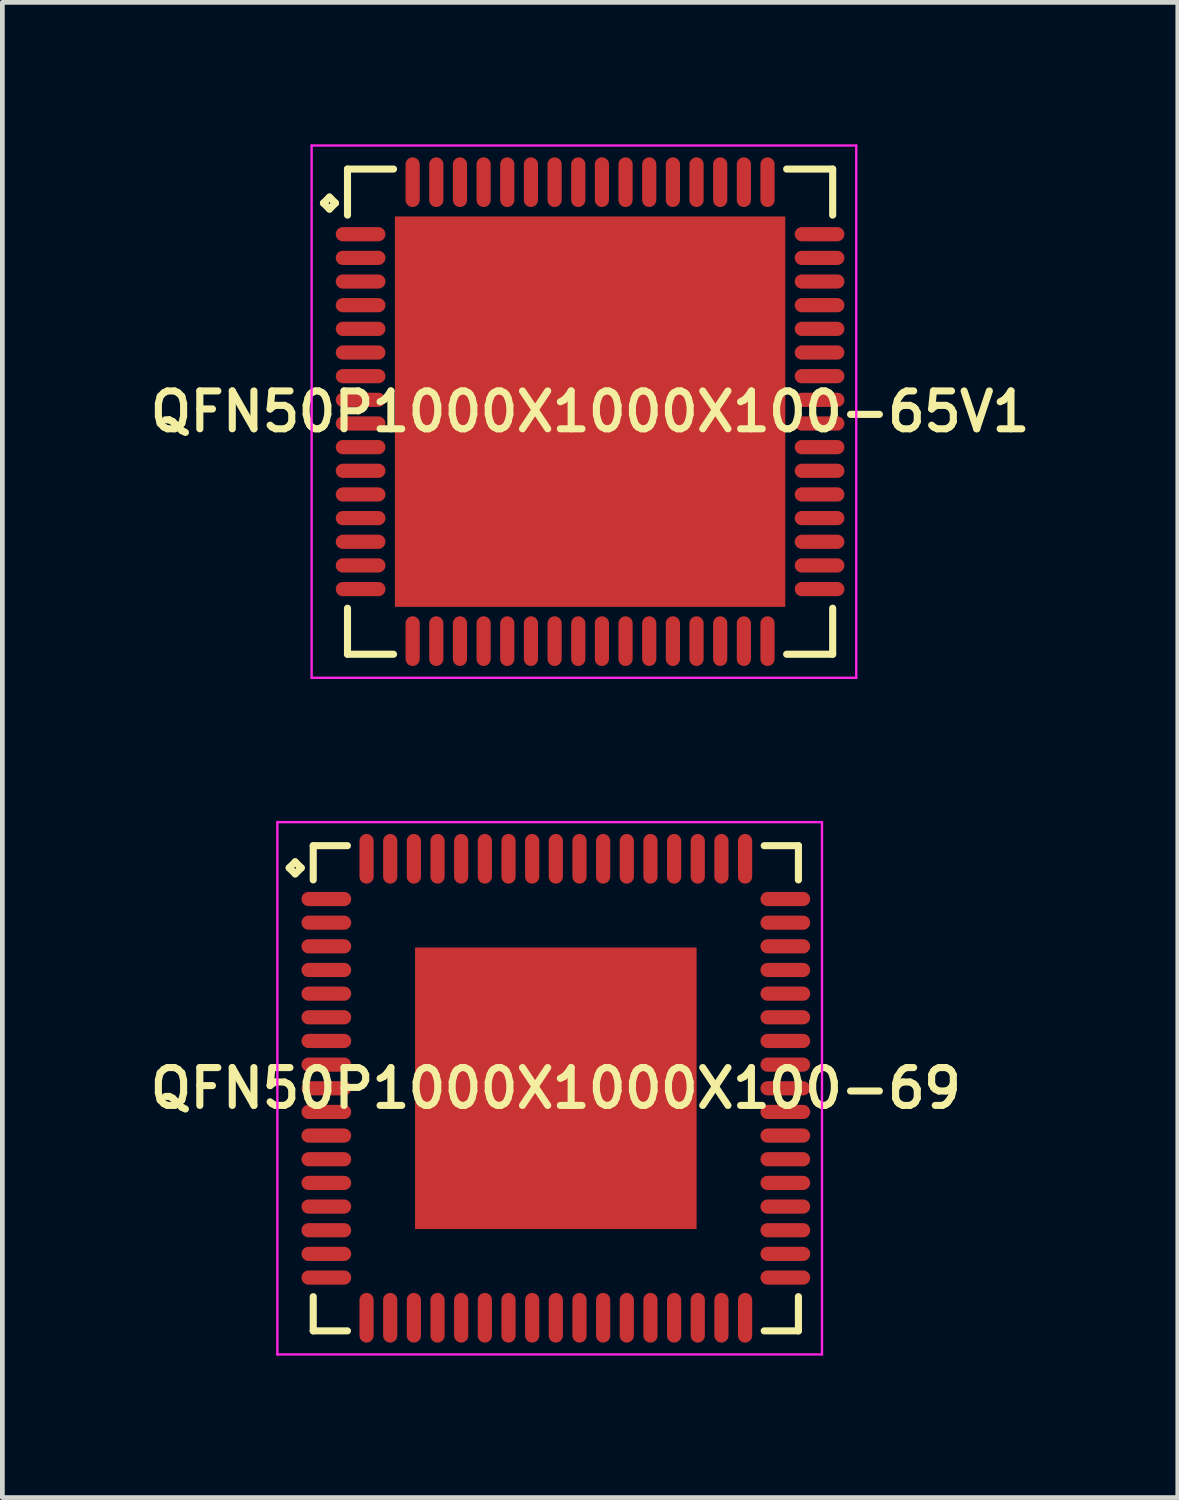
<source format=kicad_pcb>
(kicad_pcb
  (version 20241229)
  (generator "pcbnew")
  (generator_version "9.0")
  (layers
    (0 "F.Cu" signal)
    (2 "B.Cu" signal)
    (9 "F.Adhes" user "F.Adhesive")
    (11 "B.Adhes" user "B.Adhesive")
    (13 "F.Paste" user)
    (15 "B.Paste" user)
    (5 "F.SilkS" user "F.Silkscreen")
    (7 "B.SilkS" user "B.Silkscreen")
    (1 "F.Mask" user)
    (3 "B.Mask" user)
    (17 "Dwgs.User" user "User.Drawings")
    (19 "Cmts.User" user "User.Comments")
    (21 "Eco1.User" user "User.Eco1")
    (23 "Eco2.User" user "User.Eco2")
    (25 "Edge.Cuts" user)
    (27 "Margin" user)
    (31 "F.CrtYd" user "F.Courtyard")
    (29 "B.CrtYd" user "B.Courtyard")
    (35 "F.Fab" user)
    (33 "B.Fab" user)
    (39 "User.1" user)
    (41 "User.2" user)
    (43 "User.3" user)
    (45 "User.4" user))
  (footprint "QFN50P1000X1000X100-65V1"
    (layer "F.Cu")
    (at 9.421 5.65)
    (property "Reference" "QFN50P1000X1000X100-65V1" (at 0 0 0) (layer "F.SilkS") (effects (font (size 0.8 0.8) (thickness 0.15))))
    (attr smd)
    (fp_line (start -5.635 -4.408) (end -5.508 -4.535) (stroke (width 0.15) (type solid)) (layer "F.SilkS"))
    (fp_line (start -5.508 -4.535) (end -5.381 -4.408) (stroke (width 0.15) (type solid)) (layer "F.SilkS"))
    (fp_line (start -5.508 -4.281) (end -5.635 -4.408) (stroke (width 0.15) (type solid)) (layer "F.SilkS"))
    (fp_line (start -5.381 -4.408) (end -5.508 -4.281) (stroke (width 0.15) (type solid)) (layer "F.SilkS"))
    (fp_line (start -5.127 -5.127) (end -4.154 -5.127) (stroke (width 0.15) (type solid)) (layer "F.SilkS"))
    (fp_line (start -5.127 -4.154) (end -5.127 -5.127) (stroke (width 0.15) (type solid)) (layer "F.SilkS"))
    (fp_line (start -5.127 4.154) (end -5.127 5.127) (stroke (width 0.15) (type solid)) (layer "F.SilkS"))
    (fp_line (start -5.127 5.127) (end -4.154 5.127) (stroke (width 0.15) (type solid)) (layer "F.SilkS"))
    (fp_line (start 4.154 -5.127) (end 5.127 -5.127) (stroke (width 0.15) (type solid)) (layer "F.SilkS"))
    (fp_line (start 4.154 5.127) (end 5.127 5.127) (stroke (width 0.15) (type solid)) (layer "F.SilkS"))
    (fp_line (start 5.127 -5.127) (end 5.127 -4.154) (stroke (width 0.15) (type solid)) (layer "F.SilkS"))
    (fp_line (start 5.127 5.127) (end 5.127 4.154) (stroke (width 0.15) (type solid)) (layer "F.SilkS"))
    (fp_line (start -5.885 -5.625) (end 5.625 -5.625) (stroke (width 0.05) (type solid)) (layer "F.CrtYd"))
    (fp_line (start -5.885 5.625) (end -5.885 -5.625) (stroke (width 0.05) (type solid)) (layer "F.CrtYd"))
    (fp_line (start 5.625 -5.625) (end 5.625 5.625) (stroke (width 0.05) (type solid)) (layer "F.CrtYd"))
    (fp_line (start 5.625 5.625) (end -5.885 5.625) (stroke (width 0.05) (type solid)) (layer "F.CrtYd"))
    (pad "1" smd oval (at -4.85 -3.75) (size 1.05 0.3) (layers "F.Cu" "F.Mask" "F.Paste"))
    (pad "2" smd oval (at -4.85 -3.25) (size 1.05 0.3) (layers "F.Cu" "F.Mask" "F.Paste"))
    (pad "3" smd oval (at -4.85 -2.75) (size 1.05 0.3) (layers "F.Cu" "F.Mask" "F.Paste"))
    (pad "4" smd oval (at -4.85 -2.25) (size 1.05 0.3) (layers "F.Cu" "F.Mask" "F.Paste"))
    (pad "5" smd oval (at -4.85 -1.75) (size 1.05 0.3) (layers "F.Cu" "F.Mask" "F.Paste"))
    (pad "6" smd oval (at -4.85 -1.25) (size 1.05 0.3) (layers "F.Cu" "F.Mask" "F.Paste"))
    (pad "7" smd oval (at -4.85 -0.75) (size 1.05 0.3) (layers "F.Cu" "F.Mask" "F.Paste"))
    (pad "8" smd oval (at -4.85 -0.25) (size 1.05 0.3) (layers "F.Cu" "F.Mask" "F.Paste"))
    (pad "9" smd oval (at -4.85 0.25) (size 1.05 0.3) (layers "F.Cu" "F.Mask" "F.Paste"))
    (pad "10" smd oval (at -4.85 0.75) (size 1.05 0.3) (layers "F.Cu" "F.Mask" "F.Paste"))
    (pad "11" smd oval (at -4.85 1.25) (size 1.05 0.3) (layers "F.Cu" "F.Mask" "F.Paste"))
    (pad "12" smd oval (at -4.85 1.75) (size 1.05 0.3) (layers "F.Cu" "F.Mask" "F.Paste"))
    (pad "13" smd oval (at -4.85 2.25) (size 1.05 0.3) (layers "F.Cu" "F.Mask" "F.Paste"))
    (pad "14" smd oval (at -4.85 2.75) (size 1.05 0.3) (layers "F.Cu" "F.Mask" "F.Paste"))
    (pad "15" smd oval (at -4.85 3.25) (size 1.05 0.3) (layers "F.Cu" "F.Mask" "F.Paste"))
    (pad "16" smd oval (at -4.85 3.75) (size 1.05 0.3) (layers "F.Cu" "F.Mask" "F.Paste"))
    (pad "17" smd oval (at -3.75 4.85) (size 0.3 1.05) (layers "F.Cu" "F.Mask" "F.Paste"))
    (pad "18" smd oval (at -3.25 4.85) (size 0.3 1.05) (layers "F.Cu" "F.Mask" "F.Paste"))
    (pad "19" smd oval (at -2.75 4.85) (size 0.3 1.05) (layers "F.Cu" "F.Mask" "F.Paste"))
    (pad "20" smd oval (at -2.25 4.85) (size 0.3 1.05) (layers "F.Cu" "F.Mask" "F.Paste"))
    (pad "21" smd oval (at -1.75 4.85) (size 0.3 1.05) (layers "F.Cu" "F.Mask" "F.Paste"))
    (pad "22" smd oval (at -1.25 4.85) (size 0.3 1.05) (layers "F.Cu" "F.Mask" "F.Paste"))
    (pad "23" smd oval (at -0.75 4.85) (size 0.3 1.05) (layers "F.Cu" "F.Mask" "F.Paste"))
    (pad "24" smd oval (at -0.25 4.85) (size 0.3 1.05) (layers "F.Cu" "F.Mask" "F.Paste"))
    (pad "25" smd oval (at 0.25 4.85) (size 0.3 1.05) (layers "F.Cu" "F.Mask" "F.Paste"))
    (pad "26" smd oval (at 0.75 4.85) (size 0.3 1.05) (layers "F.Cu" "F.Mask" "F.Paste"))
    (pad "27" smd oval (at 1.25 4.85) (size 0.3 1.05) (layers "F.Cu" "F.Mask" "F.Paste"))
    (pad "28" smd oval (at 1.75 4.85) (size 0.3 1.05) (layers "F.Cu" "F.Mask" "F.Paste"))
    (pad "29" smd oval (at 2.25 4.85) (size 0.3 1.05) (layers "F.Cu" "F.Mask" "F.Paste"))
    (pad "30" smd oval (at 2.75 4.85) (size 0.3 1.05) (layers "F.Cu" "F.Mask" "F.Paste"))
    (pad "31" smd oval (at 3.25 4.85) (size 0.3 1.05) (layers "F.Cu" "F.Mask" "F.Paste"))
    (pad "32" smd oval (at 3.75 4.85) (size 0.3 1.05) (layers "F.Cu" "F.Mask" "F.Paste"))
    (pad "33" smd oval (at 4.85 3.75) (size 1.05 0.3) (layers "F.Cu" "F.Mask" "F.Paste"))
    (pad "34" smd oval (at 4.85 3.25) (size 1.05 0.3) (layers "F.Cu" "F.Mask" "F.Paste"))
    (pad "35" smd oval (at 4.85 2.75) (size 1.05 0.3) (layers "F.Cu" "F.Mask" "F.Paste"))
    (pad "36" smd oval (at 4.85 2.25) (size 1.05 0.3) (layers "F.Cu" "F.Mask" "F.Paste"))
    (pad "37" smd oval (at 4.85 1.75) (size 1.05 0.3) (layers "F.Cu" "F.Mask" "F.Paste"))
    (pad "38" smd oval (at 4.85 1.25) (size 1.05 0.3) (layers "F.Cu" "F.Mask" "F.Paste"))
    (pad "39" smd oval (at 4.85 0.75) (size 1.05 0.3) (layers "F.Cu" "F.Mask" "F.Paste"))
    (pad "40" smd oval (at 4.85 0.25) (size 1.05 0.3) (layers "F.Cu" "F.Mask" "F.Paste"))
    (pad "41" smd oval (at 4.85 -0.25) (size 1.05 0.3) (layers "F.Cu" "F.Mask" "F.Paste"))
    (pad "42" smd oval (at 4.85 -0.75) (size 1.05 0.3) (layers "F.Cu" "F.Mask" "F.Paste"))
    (pad "43" smd oval (at 4.85 -1.25) (size 1.05 0.3) (layers "F.Cu" "F.Mask" "F.Paste"))
    (pad "44" smd oval (at 4.85 -1.75) (size 1.05 0.3) (layers "F.Cu" "F.Mask" "F.Paste"))
    (pad "45" smd oval (at 4.85 -2.25) (size 1.05 0.3) (layers "F.Cu" "F.Mask" "F.Paste"))
    (pad "46" smd oval (at 4.85 -2.75) (size 1.05 0.3) (layers "F.Cu" "F.Mask" "F.Paste"))
    (pad "47" smd oval (at 4.85 -3.25) (size 1.05 0.3) (layers "F.Cu" "F.Mask" "F.Paste"))
    (pad "48" smd oval (at 4.85 -3.75) (size 1.05 0.3) (layers "F.Cu" "F.Mask" "F.Paste"))
    (pad "49" smd oval (at 3.75 -4.85) (size 0.3 1.05) (layers "F.Cu" "F.Mask" "F.Paste"))
    (pad "50" smd oval (at 3.25 -4.85) (size 0.3 1.05) (layers "F.Cu" "F.Mask" "F.Paste"))
    (pad "51" smd oval (at 2.75 -4.85) (size 0.3 1.05) (layers "F.Cu" "F.Mask" "F.Paste"))
    (pad "52" smd oval (at 2.25 -4.85) (size 0.3 1.05) (layers "F.Cu" "F.Mask" "F.Paste"))
    (pad "53" smd oval (at 1.75 -4.85) (size 0.3 1.05) (layers "F.Cu" "F.Mask" "F.Paste"))
    (pad "54" smd oval (at 1.25 -4.85) (size 0.3 1.05) (layers "F.Cu" "F.Mask" "F.Paste"))
    (pad "55" smd oval (at 0.75 -4.85) (size 0.3 1.05) (layers "F.Cu" "F.Mask" "F.Paste"))
    (pad "56" smd oval (at 0.25 -4.85) (size 0.3 1.05) (layers "F.Cu" "F.Mask" "F.Paste"))
    (pad "57" smd oval (at -0.25 -4.85) (size 0.3 1.05) (layers "F.Cu" "F.Mask" "F.Paste"))
    (pad "58" smd oval (at -0.75 -4.85) (size 0.3 1.05) (layers "F.Cu" "F.Mask" "F.Paste"))
    (pad "59" smd oval (at -1.25 -4.85) (size 0.3 1.05) (layers "F.Cu" "F.Mask" "F.Paste"))
    (pad "60" smd oval (at -1.75 -4.85) (size 0.3 1.05) (layers "F.Cu" "F.Mask" "F.Paste"))
    (pad "61" smd oval (at -2.25 -4.85) (size 0.3 1.05) (layers "F.Cu" "F.Mask" "F.Paste"))
    (pad "62" smd oval (at -2.75 -4.85) (size 0.3 1.05) (layers "F.Cu" "F.Mask" "F.Paste"))
    (pad "63" smd oval (at -3.25 -4.85) (size 0.3 1.05) (layers "F.Cu" "F.Mask" "F.Paste"))
    (pad "64" smd oval (at -3.75 -4.85) (size 0.3 1.05) (layers "F.Cu" "F.Mask" "F.Paste"))
    (pad "65" smd rect (at 0 0) (size 8.25 8.25) (layers "F.Cu" "F.Mask" "F.Paste")))
  (footprint "QFN50P1000X1000X100-69"
    (layer "F.Cu")
    (at 8.697 19.95)
    (property "Reference" "QFN50P1000X1000X100-69" (at 0 0 0) (layer "F.SilkS") (effects (font (size 0.8 0.8) (thickness 0.15))))
    (attr smd)
    (fp_line (start -5.635 -4.658) (end -5.508 -4.785) (stroke (width 0.15) (type solid)) (layer "F.SilkS"))
    (fp_line (start -5.508 -4.785) (end -5.381 -4.658) (stroke (width 0.15) (type solid)) (layer "F.SilkS"))
    (fp_line (start -5.508 -4.531) (end -5.635 -4.658) (stroke (width 0.15) (type solid)) (layer "F.SilkS"))
    (fp_line (start -5.381 -4.658) (end -5.508 -4.531) (stroke (width 0.15) (type solid)) (layer "F.SilkS"))
    (fp_line (start -5.127 -5.127) (end -4.404 -5.127) (stroke (width 0.15) (type solid)) (layer "F.SilkS"))
    (fp_line (start -5.127 -4.404) (end -5.127 -5.127) (stroke (width 0.15) (type solid)) (layer "F.SilkS"))
    (fp_line (start -5.127 4.404) (end -5.127 5.127) (stroke (width 0.15) (type solid)) (layer "F.SilkS"))
    (fp_line (start -5.127 5.127) (end -4.404 5.127) (stroke (width 0.15) (type solid)) (layer "F.SilkS"))
    (fp_line (start 4.404 -5.127) (end 5.127 -5.127) (stroke (width 0.15) (type solid)) (layer "F.SilkS"))
    (fp_line (start 4.404 5.127) (end 5.127 5.127) (stroke (width 0.15) (type solid)) (layer "F.SilkS"))
    (fp_line (start 5.127 -5.127) (end 5.127 -4.404) (stroke (width 0.15) (type solid)) (layer "F.SilkS"))
    (fp_line (start 5.127 5.127) (end 5.127 4.404) (stroke (width 0.15) (type solid)) (layer "F.SilkS"))
    (fp_line (start -5.885 -5.625) (end 5.625 -5.625) (stroke (width 0.05) (type solid)) (layer "F.CrtYd"))
    (fp_line (start -5.885 5.625) (end -5.885 -5.625) (stroke (width 0.05) (type solid)) (layer "F.CrtYd"))
    (fp_line (start 5.625 -5.625) (end 5.625 5.625) (stroke (width 0.05) (type solid)) (layer "F.CrtYd"))
    (fp_line (start 5.625 5.625) (end -5.885 5.625) (stroke (width 0.05) (type solid)) (layer "F.CrtYd"))
    (pad "1" smd oval (at -4.85 -4) (size 1.05 0.3) (layers "F.Cu" "F.Mask" "F.Paste"))
    (pad "2" smd oval (at -4.85 -3.5) (size 1.05 0.3) (layers "F.Cu" "F.Mask" "F.Paste"))
    (pad "3" smd oval (at -4.85 -3) (size 1.05 0.3) (layers "F.Cu" "F.Mask" "F.Paste"))
    (pad "4" smd oval (at -4.85 -2.5) (size 1.05 0.3) (layers "F.Cu" "F.Mask" "F.Paste"))
    (pad "5" smd oval (at -4.85 -2) (size 1.05 0.3) (layers "F.Cu" "F.Mask" "F.Paste"))
    (pad "6" smd oval (at -4.85 -1.5) (size 1.05 0.3) (layers "F.Cu" "F.Mask" "F.Paste"))
    (pad "7" smd oval (at -4.85 -1) (size 1.05 0.3) (layers "F.Cu" "F.Mask" "F.Paste"))
    (pad "8" smd oval (at -4.85 -0.5) (size 1.05 0.3) (layers "F.Cu" "F.Mask" "F.Paste"))
    (pad "9" smd oval (at -4.85 0) (size 1.05 0.3) (layers "F.Cu" "F.Mask" "F.Paste"))
    (pad "10" smd oval (at -4.85 0.5) (size 1.05 0.3) (layers "F.Cu" "F.Mask" "F.Paste"))
    (pad "11" smd oval (at -4.85 1) (size 1.05 0.3) (layers "F.Cu" "F.Mask" "F.Paste"))
    (pad "12" smd oval (at -4.85 1.5) (size 1.05 0.3) (layers "F.Cu" "F.Mask" "F.Paste"))
    (pad "13" smd oval (at -4.85 2) (size 1.05 0.3) (layers "F.Cu" "F.Mask" "F.Paste"))
    (pad "14" smd oval (at -4.85 2.5) (size 1.05 0.3) (layers "F.Cu" "F.Mask" "F.Paste"))
    (pad "15" smd oval (at -4.85 3) (size 1.05 0.3) (layers "F.Cu" "F.Mask" "F.Paste"))
    (pad "16" smd oval (at -4.85 3.5) (size 1.05 0.3) (layers "F.Cu" "F.Mask" "F.Paste"))
    (pad "17" smd oval (at -4.85 4) (size 1.05 0.3) (layers "F.Cu" "F.Mask" "F.Paste"))
    (pad "18" smd oval (at -4 4.85) (size 0.3 1.05) (layers "F.Cu" "F.Mask" "F.Paste"))
    (pad "19" smd oval (at -3.5 4.85) (size 0.3 1.05) (layers "F.Cu" "F.Mask" "F.Paste"))
    (pad "20" smd oval (at -3 4.85) (size 0.3 1.05) (layers "F.Cu" "F.Mask" "F.Paste"))
    (pad "21" smd oval (at -2.5 4.85) (size 0.3 1.05) (layers "F.Cu" "F.Mask" "F.Paste"))
    (pad "22" smd oval (at -2 4.85) (size 0.3 1.05) (layers "F.Cu" "F.Mask" "F.Paste"))
    (pad "23" smd oval (at -1.5 4.85) (size 0.3 1.05) (layers "F.Cu" "F.Mask" "F.Paste"))
    (pad "24" smd oval (at -1 4.85) (size 0.3 1.05) (layers "F.Cu" "F.Mask" "F.Paste"))
    (pad "25" smd oval (at -0.5 4.85) (size 0.3 1.05) (layers "F.Cu" "F.Mask" "F.Paste"))
    (pad "26" smd oval (at 0 4.85) (size 0.3 1.05) (layers "F.Cu" "F.Mask" "F.Paste"))
    (pad "27" smd oval (at 0.5 4.85) (size 0.3 1.05) (layers "F.Cu" "F.Mask" "F.Paste"))
    (pad "28" smd oval (at 1 4.85) (size 0.3 1.05) (layers "F.Cu" "F.Mask" "F.Paste"))
    (pad "29" smd oval (at 1.5 4.85) (size 0.3 1.05) (layers "F.Cu" "F.Mask" "F.Paste"))
    (pad "30" smd oval (at 2 4.85) (size 0.3 1.05) (layers "F.Cu" "F.Mask" "F.Paste"))
    (pad "31" smd oval (at 2.5 4.85) (size 0.3 1.05) (layers "F.Cu" "F.Mask" "F.Paste"))
    (pad "32" smd oval (at 3 4.85) (size 0.3 1.05) (layers "F.Cu" "F.Mask" "F.Paste"))
    (pad "33" smd oval (at 3.5 4.85) (size 0.3 1.05) (layers "F.Cu" "F.Mask" "F.Paste"))
    (pad "34" smd oval (at 4 4.85) (size 0.3 1.05) (layers "F.Cu" "F.Mask" "F.Paste"))
    (pad "35" smd oval (at 4.85 4) (size 1.05 0.3) (layers "F.Cu" "F.Mask" "F.Paste"))
    (pad "36" smd oval (at 4.85 3.5) (size 1.05 0.3) (layers "F.Cu" "F.Mask" "F.Paste"))
    (pad "37" smd oval (at 4.85 3) (size 1.05 0.3) (layers "F.Cu" "F.Mask" "F.Paste"))
    (pad "38" smd oval (at 4.85 2.5) (size 1.05 0.3) (layers "F.Cu" "F.Mask" "F.Paste"))
    (pad "39" smd oval (at 4.85 2) (size 1.05 0.3) (layers "F.Cu" "F.Mask" "F.Paste"))
    (pad "40" smd oval (at 4.85 1.5) (size 1.05 0.3) (layers "F.Cu" "F.Mask" "F.Paste"))
    (pad "41" smd oval (at 4.85 1) (size 1.05 0.3) (layers "F.Cu" "F.Mask" "F.Paste"))
    (pad "42" smd oval (at 4.85 0.5) (size 1.05 0.3) (layers "F.Cu" "F.Mask" "F.Paste"))
    (pad "43" smd oval (at 4.85 0) (size 1.05 0.3) (layers "F.Cu" "F.Mask" "F.Paste"))
    (pad "44" smd oval (at 4.85 -0.5) (size 1.05 0.3) (layers "F.Cu" "F.Mask" "F.Paste"))
    (pad "45" smd oval (at 4.85 -1) (size 1.05 0.3) (layers "F.Cu" "F.Mask" "F.Paste"))
    (pad "46" smd oval (at 4.85 -1.5) (size 1.05 0.3) (layers "F.Cu" "F.Mask" "F.Paste"))
    (pad "47" smd oval (at 4.85 -2) (size 1.05 0.3) (layers "F.Cu" "F.Mask" "F.Paste"))
    (pad "48" smd oval (at 4.85 -2.5) (size 1.05 0.3) (layers "F.Cu" "F.Mask" "F.Paste"))
    (pad "49" smd oval (at 4.85 -3) (size 1.05 0.3) (layers "F.Cu" "F.Mask" "F.Paste"))
    (pad "50" smd oval (at 4.85 -3.5) (size 1.05 0.3) (layers "F.Cu" "F.Mask" "F.Paste"))
    (pad "51" smd oval (at 4.85 -4) (size 1.05 0.3) (layers "F.Cu" "F.Mask" "F.Paste"))
    (pad "52" smd oval (at 4 -4.85) (size 0.3 1.05) (layers "F.Cu" "F.Mask" "F.Paste"))
    (pad "53" smd oval (at 3.5 -4.85) (size 0.3 1.05) (layers "F.Cu" "F.Mask" "F.Paste"))
    (pad "54" smd oval (at 3 -4.85) (size 0.3 1.05) (layers "F.Cu" "F.Mask" "F.Paste"))
    (pad "55" smd oval (at 2.5 -4.85) (size 0.3 1.05) (layers "F.Cu" "F.Mask" "F.Paste"))
    (pad "56" smd oval (at 2 -4.85) (size 0.3 1.05) (layers "F.Cu" "F.Mask" "F.Paste"))
    (pad "57" smd oval (at 1.5 -4.85) (size 0.3 1.05) (layers "F.Cu" "F.Mask" "F.Paste"))
    (pad "58" smd oval (at 1 -4.85) (size 0.3 1.05) (layers "F.Cu" "F.Mask" "F.Paste"))
    (pad "59" smd oval (at 0.5 -4.85) (size 0.3 1.05) (layers "F.Cu" "F.Mask" "F.Paste"))
    (pad "60" smd oval (at 0 -4.85) (size 0.3 1.05) (layers "F.Cu" "F.Mask" "F.Paste"))
    (pad "61" smd oval (at -0.5 -4.85) (size 0.3 1.05) (layers "F.Cu" "F.Mask" "F.Paste"))
    (pad "62" smd oval (at -1 -4.85) (size 0.3 1.05) (layers "F.Cu" "F.Mask" "F.Paste"))
    (pad "63" smd oval (at -1.5 -4.85) (size 0.3 1.05) (layers "F.Cu" "F.Mask" "F.Paste"))
    (pad "64" smd oval (at -2 -4.85) (size 0.3 1.05) (layers "F.Cu" "F.Mask" "F.Paste"))
    (pad "65" smd oval (at -2.5 -4.85) (size 0.3 1.05) (layers "F.Cu" "F.Mask" "F.Paste"))
    (pad "66" smd oval (at -3 -4.85) (size 0.3 1.05) (layers "F.Cu" "F.Mask" "F.Paste"))
    (pad "67" smd oval (at -3.5 -4.85) (size 0.3 1.05) (layers "F.Cu" "F.Mask" "F.Paste"))
    (pad "68" smd oval (at -4 -4.85) (size 0.3 1.05) (layers "F.Cu" "F.Mask" "F.Paste"))
    (pad "69" smd rect (at 0 0) (size 5.95 5.95) (layers "F.Cu" "F.Mask" "F.Paste")))
  (gr_rect
    (start -3 -3)
    (end 21.842 28.6)
    (stroke (width 0.1) (type default))
    (fill no)
    (layer "Edge.Cuts")))
</source>
